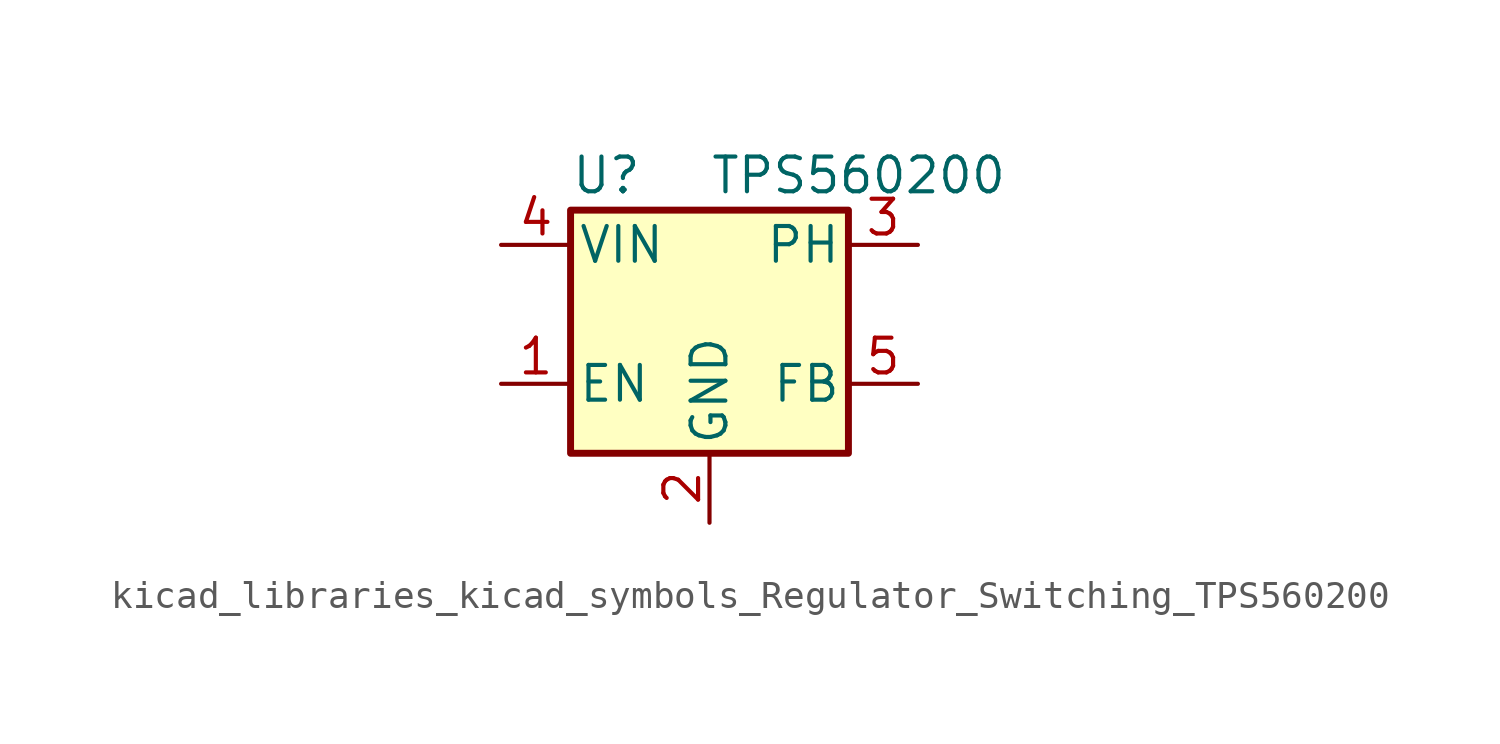
<source format=kicad_sym>
(kicad_symbol_lib
  (version 20220914)
  (generator kicad_symbol_editor)
  (symbol "kicad_libraries_kicad_symbols_Regulator_Switching_TPS560200"
    (pin_names
      (offset 0.254))
    (property "Reference" "U"
      (at -5.08 5.08 0)
      (effects (font (size 1.27 1.27)) (justify left)))
    (property "Value" "TPS560200"
      (at 0 5.08 0)
      (effects (font (size 1.27 1.27)) (justify left)))
    (symbol "kicad_libraries_kicad_symbols_Regulator_Switching_TPS560200_0_1"
      (rectangle (start -5.08 3.81) (end 5.08 -5.08) (stroke (width 0.254) (type default)) (fill (type background))))
    (symbol "kicad_libraries_kicad_symbols_Regulator_Switching_TPS560200_1_1"
      (pin input line (at -7.62 -2.54 0) (length 2.54) (name "EN" (effects (font (size 1.27 1.27)))) (number "1" (effects (font (size 1.27 1.27)))))
      (pin power_in line (at 0 -7.62 90) (length 2.54) (name "GND" (effects (font (size 1.27 1.27)))) (number "2" (effects (font (size 1.27 1.27)))))
      (pin power_out line (at 7.62 2.54 180) (length 2.54) (name "PH" (effects (font (size 1.27 1.27)))) (number "3" (effects (font (size 1.27 1.27)))))
      (pin power_in line (at -7.62 2.54 0) (length 2.54) (name "VIN" (effects (font (size 1.27 1.27)))) (number "4" (effects (font (size 1.27 1.27)))))
      (pin input line (at 7.62 -2.54 180) (length 2.54) (name "FB" (effects (font (size 1.27 1.27)))) (number "5" (effects (font (size 1.27 1.27))))))))
</source>
